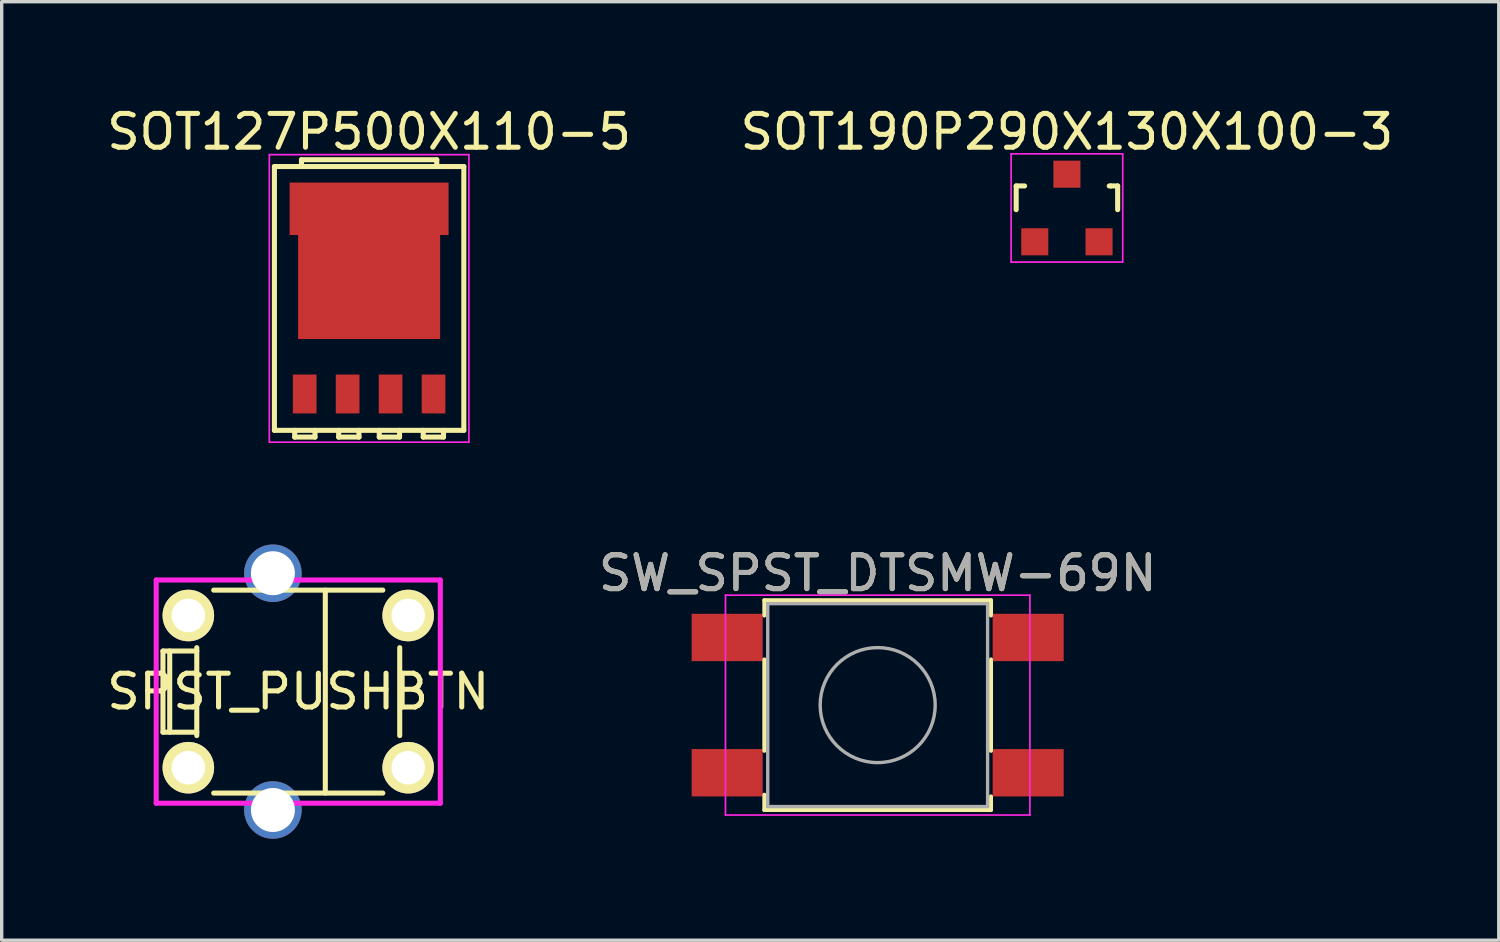
<source format=kicad_pcb>
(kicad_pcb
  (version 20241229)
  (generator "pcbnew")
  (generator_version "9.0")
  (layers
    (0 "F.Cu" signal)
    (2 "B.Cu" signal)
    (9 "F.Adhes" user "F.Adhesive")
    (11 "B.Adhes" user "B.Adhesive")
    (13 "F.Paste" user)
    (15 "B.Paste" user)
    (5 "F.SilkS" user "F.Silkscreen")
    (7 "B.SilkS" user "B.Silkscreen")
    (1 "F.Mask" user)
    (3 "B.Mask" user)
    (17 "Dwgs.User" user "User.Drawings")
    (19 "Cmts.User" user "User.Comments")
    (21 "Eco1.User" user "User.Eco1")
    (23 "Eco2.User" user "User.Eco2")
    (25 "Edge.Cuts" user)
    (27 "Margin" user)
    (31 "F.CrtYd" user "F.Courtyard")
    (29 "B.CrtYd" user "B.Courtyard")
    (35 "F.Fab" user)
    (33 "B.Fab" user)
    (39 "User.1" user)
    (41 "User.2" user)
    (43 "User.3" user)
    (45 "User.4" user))
  (footprint "SOT127P500X110-5"
    (layer "F.Cu")
    (at 7.863 5.773)
    (property "Reference" "SOT127P500X110-5" (at 0 -4.925 0) (layer "F.SilkS") (effects (font (size 1 1) (thickness 0.15))))
    (attr smd)
    (fp_line (start -2.8 -3.9) (end 2.8 -3.9) (stroke (width 0.15) (type solid)) (layer "F.SilkS"))
    (fp_line (start -2.8 3.9) (end -2.8 -3.9) (stroke (width 0.15) (type solid)) (layer "F.SilkS"))
    (fp_line (start -2.2 3.9) (end -2.2 4.1) (stroke (width 0.15) (type solid)) (layer "F.SilkS"))
    (fp_line (start -2.2 4.1) (end -1.6 4.1) (stroke (width 0.15) (type solid)) (layer "F.SilkS"))
    (fp_line (start -2 -4.1) (end 2 -4.1) (stroke (width 0.15) (type solid)) (layer "F.SilkS"))
    (fp_line (start -2 -3.9) (end -2 -4.1) (stroke (width 0.15) (type solid)) (layer "F.SilkS"))
    (fp_line (start -1.6 4.1) (end -1.6 3.9) (stroke (width 0.15) (type solid)) (layer "F.SilkS"))
    (fp_line (start -0.9 3.9) (end -0.9 4.1) (stroke (width 0.15) (type solid)) (layer "F.SilkS"))
    (fp_line (start -0.9 4.1) (end -0.3 4.1) (stroke (width 0.15) (type solid)) (layer "F.SilkS"))
    (fp_line (start -0.3 4.1) (end -0.3 3.9) (stroke (width 0.15) (type solid)) (layer "F.SilkS"))
    (fp_line (start 0.3 3.9) (end 0.3 4.1) (stroke (width 0.15) (type solid)) (layer "F.SilkS"))
    (fp_line (start 0.3 4.1) (end 0.9 4.1) (stroke (width 0.15) (type solid)) (layer "F.SilkS"))
    (fp_line (start 0.9 4.1) (end 0.9 3.9) (stroke (width 0.15) (type solid)) (layer "F.SilkS"))
    (fp_line (start 1.6 3.9) (end 1.6 4.1) (stroke (width 0.15) (type solid)) (layer "F.SilkS"))
    (fp_line (start 1.6 4.1) (end 2.2 4.1) (stroke (width 0.15) (type solid)) (layer "F.SilkS"))
    (fp_line (start 2 -4.1) (end 2 -3.9) (stroke (width 0.15) (type solid)) (layer "F.SilkS"))
    (fp_line (start 2.2 4.1) (end 2.2 3.9) (stroke (width 0.15) (type solid)) (layer "F.SilkS"))
    (fp_line (start 2.8 -3.9) (end 2.8 3.9) (stroke (width 0.15) (type solid)) (layer "F.SilkS"))
    (fp_line (start 2.8 3.9) (end -2.8 3.9) (stroke (width 0.15) (type solid)) (layer "F.SilkS"))
    (fp_line (start -2.95 -4.25) (end 2.95 -4.25) (stroke (width 0.05) (type solid)) (layer "F.CrtYd"))
    (fp_line (start -2.95 4.25) (end -2.95 -4.25) (stroke (width 0.05) (type solid)) (layer "F.CrtYd"))
    (fp_line (start -2.95 4.25) (end 2.95 4.25) (stroke (width 0.05) (type solid)) (layer "F.CrtYd"))
    (fp_line (start 2.95 -4.25) (end 2.95 4.25) (stroke (width 0.05) (type solid)) (layer "F.CrtYd"))
    (pad "" smd rect (at -1.875 -2.9) (size 0.6 0.9) (layers "F.Paste"))
    (pad "" smd rect (at -1.15 -1.05 90) (size 0.6 0.9) (layers "F.Paste"))
    (pad "" smd rect (at -1.15 -0.2 90) (size 0.6 0.9) (layers "F.Paste"))
    (pad "" smd rect (at -1.15 0.65 90) (size 0.6 0.9) (layers "F.Paste"))
    (pad "" smd rect (at -0.6 -2.9) (size 0.6 0.9) (layers "F.Paste"))
    (pad "" smd rect (at 0 -1.05 90) (size 0.6 0.9) (layers "F.Paste"))
    (pad "" smd rect (at 0 -0.2 90) (size 0.6 0.9) (layers "F.Paste"))
    (pad "" smd rect (at 0 0.65 90) (size 0.6 0.9) (layers "F.Paste"))
    (pad "" smd rect (at 0.6 -2.9) (size 0.6 0.9) (layers "F.Paste"))
    (pad "" smd rect (at 1.15 -1.05 90) (size 0.6 0.9) (layers "F.Paste"))
    (pad "" smd rect (at 1.15 -0.2 90) (size 0.6 0.9) (layers "F.Paste"))
    (pad "" smd rect (at 1.15 0.65 90) (size 0.6 0.9) (layers "F.Paste"))
    (pad "" smd rect (at 1.875 -2.9) (size 0.6 0.9) (layers "F.Paste"))
    (pad "1" smd rect (at -1.905 2.825) (size 0.7 1.15) (layers "F.Cu" "F.Mask" "F.Paste"))
    (pad "2" smd rect (at -0.635 2.825) (size 0.7 1.15) (layers "F.Cu" "F.Mask" "F.Paste"))
    (pad "3" smd rect (at 0.635 2.825) (size 0.7 1.15) (layers "F.Cu" "F.Mask" "F.Paste"))
    (pad "4" smd rect (at 1.905 2.825) (size 0.7 1.15) (layers "F.Cu" "F.Mask" "F.Paste"))
    (pad "5" smd rect (at 0 -2.65) (size 4.7 1.55) (layers "F.Cu" "F.Mask"))
    (pad "5" smd rect (at 0 -0.45) (size 4.2 3.3) (layers "F.Cu" "F.Mask")))
  (footprint "SPST_PUSHBTN"
    (layer "F.Cu")
    (at 5.768 17.398)
    (property "Reference" "SPST_PUSHBTN" (at 0 0 0) (layer "F.SilkS") (effects (font (size 1 1) (thickness 0.15))))
    (attr through_hole)
    (fp_line (start -4 -1.2) (end -4 1.2) (stroke (width 0.15) (type solid)) (layer "F.SilkS"))
    (fp_line (start -4 1.2) (end -3 1.2) (stroke (width 0.15) (type solid)) (layer "F.SilkS"))
    (fp_line (start -3.8 -1.2) (end -3.8 1.2) (stroke (width 0.15) (type solid)) (layer "F.SilkS"))
    (fp_line (start -3 -1.3) (end -3 1.3) (stroke (width 0.15) (type solid)) (layer "F.SilkS"))
    (fp_line (start -3 -1.2) (end -4 -1.2) (stroke (width 0.15) (type solid)) (layer "F.SilkS"))
    (fp_line (start -2.5 -3) (end 2.5 -3) (stroke (width 0.15) (type solid)) (layer "F.SilkS"))
    (fp_line (start -2.5 3) (end 2.5 3) (stroke (width 0.15) (type solid)) (layer "F.SilkS"))
    (fp_line (start 0.8 -3) (end 0.8 3) (stroke (width 0.15) (type solid)) (layer "F.SilkS"))
    (fp_line (start 3 -1.3) (end 3 1.3) (stroke (width 0.15) (type solid)) (layer "F.SilkS"))
    (fp_line (start -4.2 -3.3) (end -4.2 3.3) (stroke (width 0.15) (type solid)) (layer "F.CrtYd"))
    (fp_line (start -4.2 -3.3) (end 4.2 -3.3) (stroke (width 0.15) (type solid)) (layer "F.CrtYd"))
    (fp_line (start -4.2 3.3) (end 4.2 3.3) (stroke (width 0.15) (type solid)) (layer "F.CrtYd"))
    (fp_line (start 4.2 -3.3) (end 4.2 3.3) (stroke (width 0.15) (type solid)) (layer "F.CrtYd"))
    (pad "1" thru_hole circle (at -3.25 2.25) (size 1.524 1.524) (drill 0.99) (layers "*.Cu" "*.Mask" "F.SilkS"))
    (pad "1" thru_hole circle (at 3.25 2.25) (size 1.524 1.524) (drill 0.99) (layers "*.Cu" "*.Mask" "F.SilkS"))
    (pad "2" thru_hole circle (at -3.25 -2.25) (size 1.524 1.524) (drill 0.99) (layers "*.Cu" "*.Mask" "F.SilkS"))
    (pad "2" thru_hole circle (at 3.25 -2.25) (size 1.524 1.524) (drill 0.99) (layers "*.Cu" "*.Mask" "F.SilkS"))
    (pad "SHLD" thru_hole circle (at -0.75 -3.5) (size 1.7 1.7) (drill 1.3) (layers "*.Cu" "*.Mask"))
    (pad "SHLD" thru_hole circle (at -0.75 3.5) (size 1.7 1.7) (drill 1.3) (layers "*.Cu" "*.Mask")))
  (footprint "SW_SPST_DTSMW-69N"
    (layer "F.Cu")
    (at 22.899 17.797)
    (property "Reference" "SW_SPST_DTSMW-69N" (at 0 -3.9 0) (layer "F.SilkS") (effects (font (size 1 1) (thickness 0.15))))
    (attr smd)
    (fp_line (start -3.35 -3.1) (end 3.35 -3.1) (stroke (width 0.12) (type solid)) (layer "F.SilkS"))
    (fp_line (start -3.35 -2.65) (end -3.35 -3.1) (stroke (width 0.12) (type solid)) (layer "F.SilkS"))
    (fp_line (start -3.35 1.35) (end -3.35 -1.35) (stroke (width 0.12) (type solid)) (layer "F.SilkS"))
    (fp_line (start -3.35 2.65) (end -3.35 3.1) (stroke (width 0.12) (type solid)) (layer "F.SilkS"))
    (fp_line (start -3.35 3.1) (end 3.35 3.1) (stroke (width 0.12) (type solid)) (layer "F.SilkS"))
    (fp_line (start 3.35 -3.1) (end 3.35 -2.65) (stroke (width 0.12) (type solid)) (layer "F.SilkS"))
    (fp_line (start 3.35 -1.35) (end 3.35 1.35) (stroke (width 0.12) (type solid)) (layer "F.SilkS"))
    (fp_line (start 3.35 3.1) (end 3.35 2.7) (stroke (width 0.12) (type solid)) (layer "F.SilkS"))
    (fp_line (start -4.5 -3.25) (end 4.5 -3.25) (stroke (width 0.05) (type solid)) (layer "F.CrtYd"))
    (fp_line (start -4.5 3.25) (end -4.5 -3.25) (stroke (width 0.05) (type solid)) (layer "F.CrtYd"))
    (fp_line (start 4.5 -3.25) (end 4.5 3.25) (stroke (width 0.05) (type solid)) (layer "F.CrtYd"))
    (fp_line (start 4.5 3.25) (end -4.5 3.25) (stroke (width 0.05) (type solid)) (layer "F.CrtYd"))
    (fp_line (start -3.25 -3) (end 3.25 -3) (stroke (width 0.1) (type solid)) (layer "F.Fab"))
    (fp_line (start -3.25 3) (end -3.25 -3) (stroke (width 0.1) (type solid)) (layer "F.Fab"))
    (fp_line (start 3.25 -3) (end 3.25 3) (stroke (width 0.1) (type solid)) (layer "F.Fab"))
    (fp_line (start 3.25 3) (end -3.25 3) (stroke (width 0.1) (type solid)) (layer "F.Fab"))
    (fp_circle (center 0 0) (end 1.7 0) (stroke (width 0.1) (type solid)) (fill no) (layer "F.Fab"))
    (fp_text user "${REFERENCE}" (at 0 -3.9 0) (layer "F.Fab") (effects (font (size 1 1) (thickness 0.15))))
    (pad "1" smd rect (at -4.45 -2) (size 2.1 1.4) (layers "F.Cu" "F.Mask" "F.Paste"))
    (pad "1" smd rect (at 4.45 -2) (size 2.1 1.4) (layers "F.Cu" "F.Mask" "F.Paste"))
    (pad "2" smd rect (at -4.45 2) (size 2.1 1.4) (layers "F.Cu" "F.Mask" "F.Paste"))
    (pad "2" smd rect (at 4.45 2) (size 2.1 1.4) (layers "F.Cu" "F.Mask" "F.Paste")))
  (footprint "SOT190P290X130X100-3"
    (layer "F.Cu")
    (at 28.494 3.098)
    (property "Reference" "SOT190P290X130X100-3" (at 0 -2.25 0) (layer "F.SilkS") (effects (font (size 1 1) (thickness 0.15))))
    (attr smd)
    (fp_line (start -1.5 -0.65) (end -1.251 -0.65) (stroke (width 0.15) (type solid)) (layer "F.SilkS"))
    (fp_line (start -1.5 0.051) (end -1.5 -0.65) (stroke (width 0.15) (type solid)) (layer "F.SilkS"))
    (fp_line (start 1.299 -0.65) (end 1.251 -0.65) (stroke (width 0.15) (type solid)) (layer "F.SilkS"))
    (fp_line (start 1.299 -0.65) (end 1.5 -0.65) (stroke (width 0.15) (type solid)) (layer "F.SilkS"))
    (fp_line (start 1.5 -0.65) (end 1.5 0.051) (stroke (width 0.15) (type solid)) (layer "F.SilkS"))
    (fp_line (start -1.65 -1.6) (end 1.65 -1.6) (stroke (width 0.05) (type solid)) (layer "F.CrtYd"))
    (fp_line (start -1.65 1.6) (end -1.65 -1.6) (stroke (width 0.05) (type solid)) (layer "F.CrtYd"))
    (fp_line (start 1.65 -1.6) (end 1.65 1.6) (stroke (width 0.05) (type solid)) (layer "F.CrtYd"))
    (fp_line (start 1.65 1.6) (end -1.65 1.6) (stroke (width 0.05) (type solid)) (layer "F.CrtYd"))
    (pad "1" smd rect (at -0.95 1.001) (size 0.8 0.8) (layers "F.Cu" "F.Mask" "F.Paste"))
    (pad "2" smd rect (at 0.95 1.001) (size 0.8 0.8) (layers "F.Cu" "F.Mask" "F.Paste"))
    (pad "3" smd rect (at 0 -0.998) (size 0.8 0.8) (layers "F.Cu" "F.Mask" "F.Paste")))
  (gr_rect
    (start -3 -3)
    (end 41.262 24.748)
    (stroke (width 0.1) (type default))
    (fill no)
    (layer "Edge.Cuts")))
</source>
